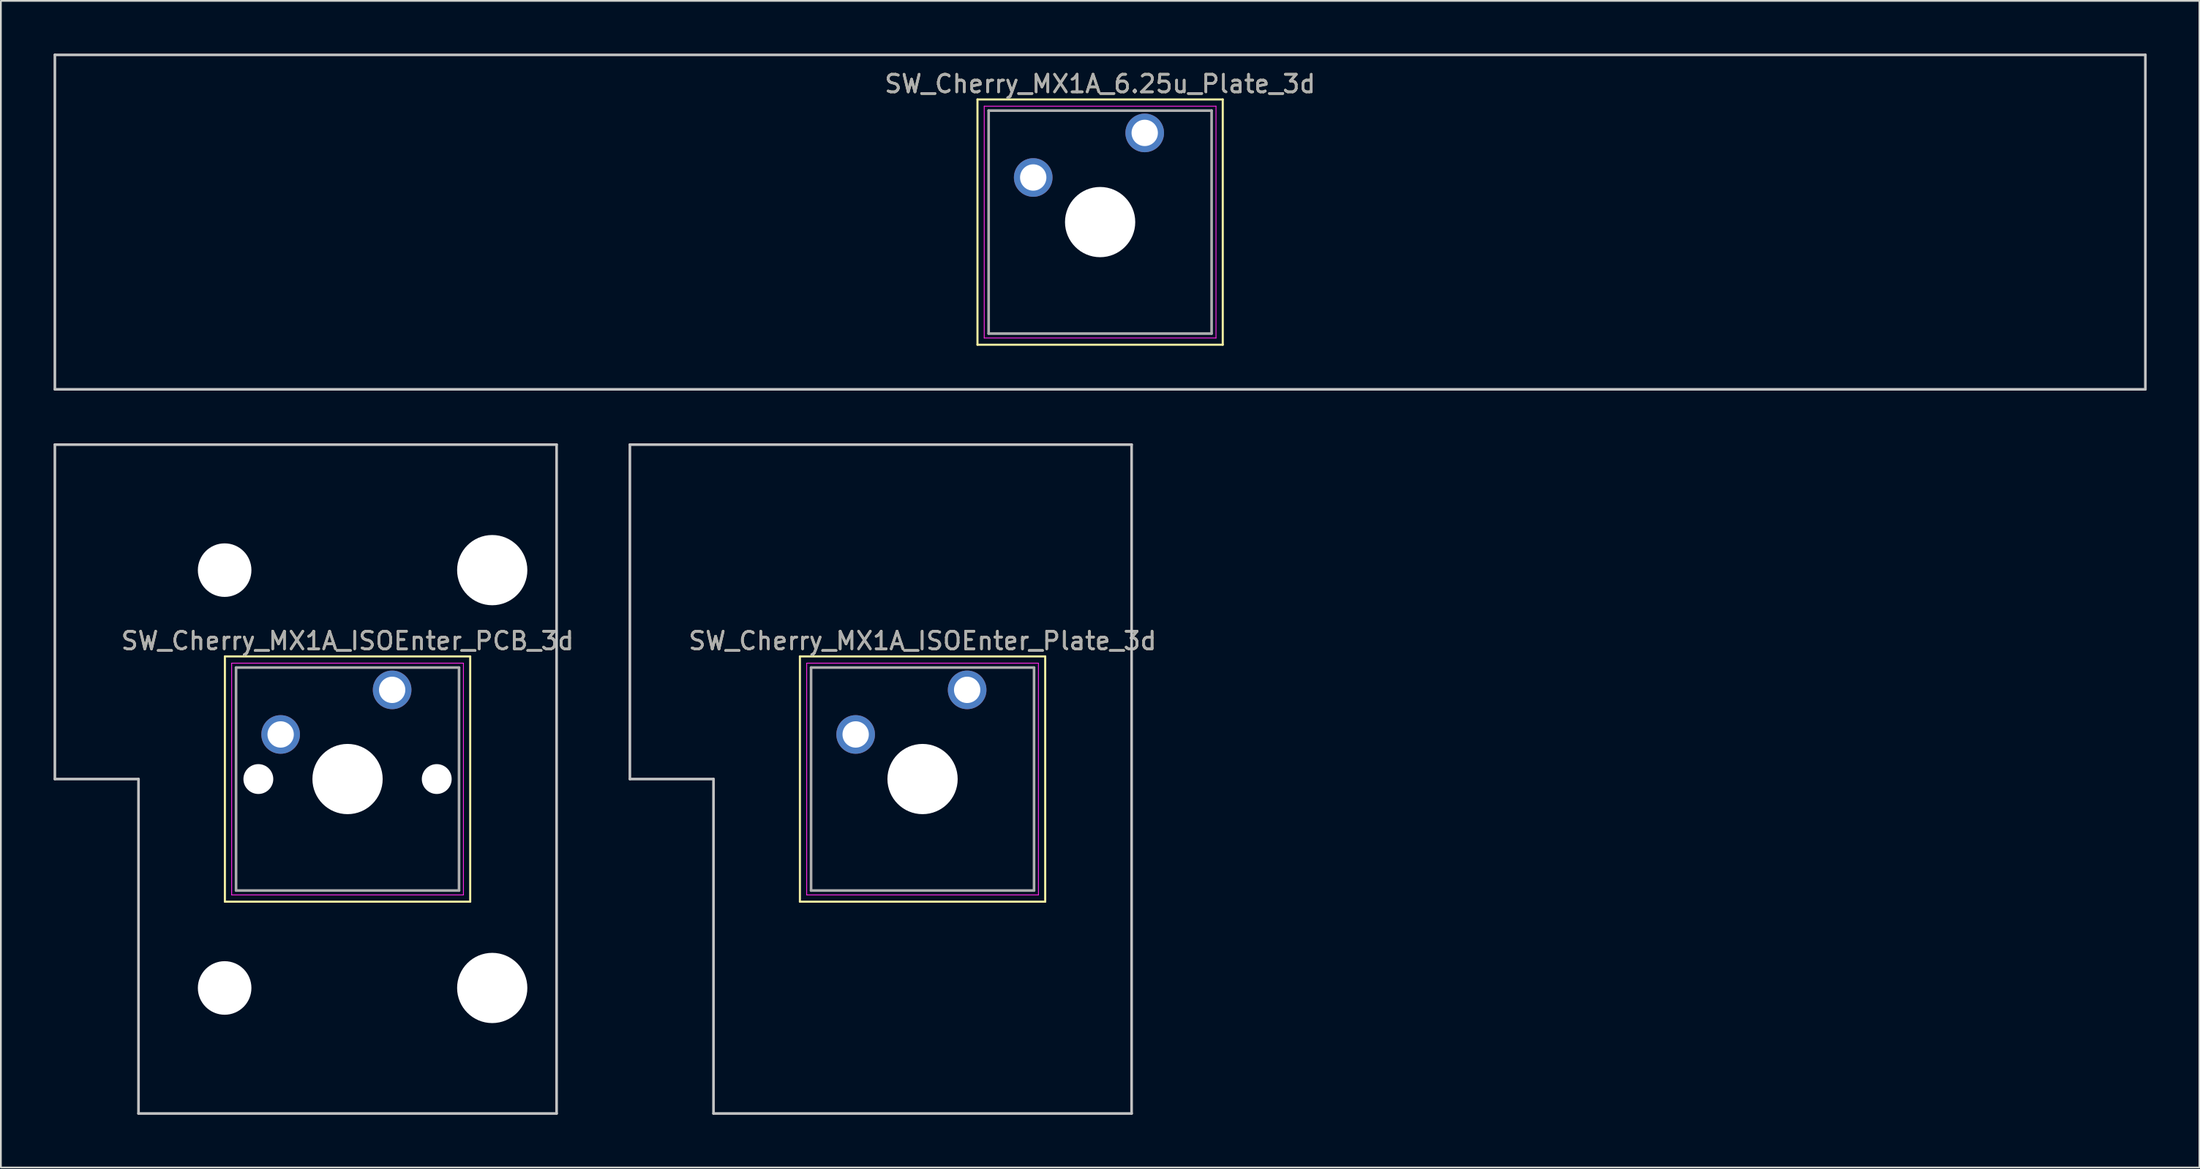
<source format=kicad_pcb>
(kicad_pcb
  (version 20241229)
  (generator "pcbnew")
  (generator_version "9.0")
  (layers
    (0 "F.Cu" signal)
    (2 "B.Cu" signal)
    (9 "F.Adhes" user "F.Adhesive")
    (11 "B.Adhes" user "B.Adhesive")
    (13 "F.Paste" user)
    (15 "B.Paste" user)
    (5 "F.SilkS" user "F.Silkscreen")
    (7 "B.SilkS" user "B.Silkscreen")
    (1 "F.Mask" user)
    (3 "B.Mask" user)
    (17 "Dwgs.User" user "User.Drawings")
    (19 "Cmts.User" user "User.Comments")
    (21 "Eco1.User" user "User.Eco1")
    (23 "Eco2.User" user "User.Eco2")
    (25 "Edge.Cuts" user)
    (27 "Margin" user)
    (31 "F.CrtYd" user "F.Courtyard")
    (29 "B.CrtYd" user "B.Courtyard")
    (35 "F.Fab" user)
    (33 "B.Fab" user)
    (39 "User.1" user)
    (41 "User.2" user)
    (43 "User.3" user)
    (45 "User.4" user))
  (footprint "SW_Cherry_MX1A_ISOEnter_PCB_3d"
    (layer "F.Cu")
    (at 19.284 36.245)
    (property "Reference" "SW_Cherry_MX1A_ISOEnter_PCB_3d" (at -2.54 -2.794 0) (layer "F.SilkS") (effects (font (size 1 1) (thickness 0.15))))
    (attr through_hole)
    (fp_line (start -9.525 -1.905) (end 4.445 -1.905) (stroke (width 0.12) (type solid)) (layer "F.SilkS"))
    (fp_line (start -9.525 12.065) (end -9.525 -1.905) (stroke (width 0.12) (type solid)) (layer "F.SilkS"))
    (fp_line (start 4.445 -1.905) (end 4.445 12.065) (stroke (width 0.12) (type solid)) (layer "F.SilkS"))
    (fp_line (start 4.445 12.065) (end -9.525 12.065) (stroke (width 0.12) (type solid)) (layer "F.SilkS"))
    (fp_line (start -19.209 -13.97) (end 9.366 -13.97) (stroke (width 0.15) (type solid)) (layer "Dwgs.User"))
    (fp_line (start -19.209 5.08) (end -19.209 -13.97) (stroke (width 0.15) (type solid)) (layer "Dwgs.User"))
    (fp_line (start -14.446 5.08) (end -19.209 5.08) (stroke (width 0.15) (type solid)) (layer "Dwgs.User"))
    (fp_line (start -14.446 24.13) (end -14.446 5.08) (stroke (width 0.15) (type solid)) (layer "Dwgs.User"))
    (fp_line (start 9.366 -13.97) (end 9.366 24.13) (stroke (width 0.15) (type solid)) (layer "Dwgs.User"))
    (fp_line (start 9.366 24.13) (end -14.446 24.13) (stroke (width 0.15) (type solid)) (layer "Dwgs.User"))
    (fp_line (start -9.14 -1.52) (end 4.06 -1.52) (stroke (width 0.05) (type solid)) (layer "F.CrtYd"))
    (fp_line (start -9.14 11.68) (end -9.14 -1.52) (stroke (width 0.05) (type solid)) (layer "F.CrtYd"))
    (fp_line (start 4.06 -1.52) (end 4.06 11.68) (stroke (width 0.05) (type solid)) (layer "F.CrtYd"))
    (fp_line (start 4.06 11.68) (end -9.14 11.68) (stroke (width 0.05) (type solid)) (layer "F.CrtYd"))
    (fp_line (start -8.89 -1.27) (end 3.81 -1.27) (stroke (width 0.15) (type solid)) (layer "F.Fab"))
    (fp_line (start -8.89 11.43) (end -8.89 -1.27) (stroke (width 0.15) (type solid)) (layer "F.Fab"))
    (fp_line (start 3.81 -1.27) (end 3.81 11.43) (stroke (width 0.15) (type solid)) (layer "F.Fab"))
    (fp_line (start 3.81 11.43) (end -8.89 11.43) (stroke (width 0.15) (type solid)) (layer "F.Fab"))
    (fp_text user "${REFERENCE}" (at -2.54 -2.794 0) (layer "F.Fab") (effects (font (size 1 1) (thickness 0.15))))
    (pad "" np_thru_hole circle (at -9.54 -6.82) (size 3.05 3.05) (drill 3.05) (layers "*.Cu" "*.Mask"))
    (pad "" np_thru_hole circle (at -9.54 16.98) (size 3.05 3.05) (drill 3.05) (layers "*.Cu" "*.Mask"))
    (pad "" np_thru_hole circle (at -7.62 5.08) (size 1.7 1.7) (drill 1.7) (layers "*.Cu" "*.Mask"))
    (pad "" np_thru_hole circle (at -2.54 5.08) (size 4 4) (drill 4) (layers "*.Cu" "*.Mask"))
    (pad "" np_thru_hole circle (at 2.54 5.08) (size 1.7 1.7) (drill 1.7) (layers "*.Cu" "*.Mask"))
    (pad "" np_thru_hole circle (at 5.7 -6.82) (size 4 4) (drill 4) (layers "*.Cu" "*.Mask"))
    (pad "" np_thru_hole circle (at 5.7 16.98) (size 4 4) (drill 4) (layers "*.Cu" "*.Mask"))
    (pad "1" thru_hole circle (at 0 0) (size 2.2 2.2) (drill 1.5) (layers "*.Cu" "*.Mask"))
    (pad "2" thru_hole circle (at -6.35 2.54) (size 2.2 2.2) (drill 1.5) (layers "*.Cu" "*.Mask")))
  (footprint "SW_Cherry_MX1A_ISOEnter_Plate_3d"
    (layer "F.Cu")
    (at 52.033 36.245)
    (property "Reference" "SW_Cherry_MX1A_ISOEnter_Plate_3d" (at -2.54 -2.794 0) (layer "F.SilkS") (effects (font (size 1 1) (thickness 0.15))))
    (attr through_hole)
    (fp_line (start -9.525 -1.905) (end 4.445 -1.905) (stroke (width 0.12) (type solid)) (layer "F.SilkS"))
    (fp_line (start -9.525 12.065) (end -9.525 -1.905) (stroke (width 0.12) (type solid)) (layer "F.SilkS"))
    (fp_line (start 4.445 -1.905) (end 4.445 12.065) (stroke (width 0.12) (type solid)) (layer "F.SilkS"))
    (fp_line (start 4.445 12.065) (end -9.525 12.065) (stroke (width 0.12) (type solid)) (layer "F.SilkS"))
    (fp_line (start -19.209 -13.97) (end 9.366 -13.97) (stroke (width 0.15) (type solid)) (layer "Dwgs.User"))
    (fp_line (start -19.209 5.08) (end -19.209 -13.97) (stroke (width 0.15) (type solid)) (layer "Dwgs.User"))
    (fp_line (start -14.446 5.08) (end -19.209 5.08) (stroke (width 0.15) (type solid)) (layer "Dwgs.User"))
    (fp_line (start -14.446 24.13) (end -14.446 5.08) (stroke (width 0.15) (type solid)) (layer "Dwgs.User"))
    (fp_line (start 9.366 -13.97) (end 9.366 24.13) (stroke (width 0.15) (type solid)) (layer "Dwgs.User"))
    (fp_line (start 9.366 24.13) (end -14.446 24.13) (stroke (width 0.15) (type solid)) (layer "Dwgs.User"))
    (fp_line (start -9.14 -1.52) (end 4.06 -1.52) (stroke (width 0.05) (type solid)) (layer "F.CrtYd"))
    (fp_line (start -9.14 11.68) (end -9.14 -1.52) (stroke (width 0.05) (type solid)) (layer "F.CrtYd"))
    (fp_line (start 4.06 -1.52) (end 4.06 11.68) (stroke (width 0.05) (type solid)) (layer "F.CrtYd"))
    (fp_line (start 4.06 11.68) (end -9.14 11.68) (stroke (width 0.05) (type solid)) (layer "F.CrtYd"))
    (fp_line (start -8.89 -1.27) (end 3.81 -1.27) (stroke (width 0.15) (type solid)) (layer "F.Fab"))
    (fp_line (start -8.89 11.43) (end -8.89 -1.27) (stroke (width 0.15) (type solid)) (layer "F.Fab"))
    (fp_line (start 3.81 -1.27) (end 3.81 11.43) (stroke (width 0.15) (type solid)) (layer "F.Fab"))
    (fp_line (start 3.81 11.43) (end -8.89 11.43) (stroke (width 0.15) (type solid)) (layer "F.Fab"))
    (fp_text user "${REFERENCE}" (at -2.54 -2.794 0) (layer "F.Fab") (effects (font (size 1 1) (thickness 0.15))))
    (pad "" np_thru_hole circle (at -2.54 5.08) (size 4 4) (drill 4) (layers "*.Cu" "*.Mask"))
    (pad "1" thru_hole circle (at 0 0) (size 2.2 2.2) (drill 1.5) (layers "*.Cu" "*.Mask"))
    (pad "2" thru_hole circle (at -6.35 2.54) (size 2.2 2.2) (drill 1.5) (layers "*.Cu" "*.Mask")))
  (footprint "SW_Cherry_MX1A_6.25u_Plate_3d"
    (layer "F.Cu")
    (at 62.146 4.52)
    (property "Reference" "SW_Cherry_MX1A_6.25u_Plate_3d" (at -2.54 -2.794 0) (layer "F.SilkS") (effects (font (size 1 1) (thickness 0.15))))
    (attr through_hole)
    (fp_line (start -9.525 -1.905) (end 4.445 -1.905) (stroke (width 0.12) (type solid)) (layer "F.SilkS"))
    (fp_line (start -9.525 12.065) (end -9.525 -1.905) (stroke (width 0.12) (type solid)) (layer "F.SilkS"))
    (fp_line (start 4.445 -1.905) (end 4.445 12.065) (stroke (width 0.12) (type solid)) (layer "F.SilkS"))
    (fp_line (start 4.445 12.065) (end -9.525 12.065) (stroke (width 0.12) (type solid)) (layer "F.SilkS"))
    (fp_line (start -62.071 -4.445) (end 56.991 -4.445) (stroke (width 0.15) (type solid)) (layer "Dwgs.User"))
    (fp_line (start -62.071 14.605) (end -62.071 -4.445) (stroke (width 0.15) (type solid)) (layer "Dwgs.User"))
    (fp_line (start 56.991 -4.445) (end 56.991 14.605) (stroke (width 0.15) (type solid)) (layer "Dwgs.User"))
    (fp_line (start 56.991 14.605) (end -62.071 14.605) (stroke (width 0.15) (type solid)) (layer "Dwgs.User"))
    (fp_line (start -9.14 -1.52) (end 4.06 -1.52) (stroke (width 0.05) (type solid)) (layer "F.CrtYd"))
    (fp_line (start -9.14 11.68) (end -9.14 -1.52) (stroke (width 0.05) (type solid)) (layer "F.CrtYd"))
    (fp_line (start 4.06 -1.52) (end 4.06 11.68) (stroke (width 0.05) (type solid)) (layer "F.CrtYd"))
    (fp_line (start 4.06 11.68) (end -9.14 11.68) (stroke (width 0.05) (type solid)) (layer "F.CrtYd"))
    (fp_line (start -8.89 -1.27) (end 3.81 -1.27) (stroke (width 0.15) (type solid)) (layer "F.Fab"))
    (fp_line (start -8.89 11.43) (end -8.89 -1.27) (stroke (width 0.15) (type solid)) (layer "F.Fab"))
    (fp_line (start 3.81 -1.27) (end 3.81 11.43) (stroke (width 0.15) (type solid)) (layer "F.Fab"))
    (fp_line (start 3.81 11.43) (end -8.89 11.43) (stroke (width 0.15) (type solid)) (layer "F.Fab"))
    (fp_text user "${REFERENCE}" (at -2.54 -2.794 0) (layer "F.Fab") (effects (font (size 1 1) (thickness 0.15))))
    (pad "" np_thru_hole circle (at -2.54 5.08) (size 4 4) (drill 4) (layers "*.Cu" "*.Mask"))
    (pad "1" thru_hole circle (at 0 0) (size 2.2 2.2) (drill 1.5) (layers "*.Cu" "*.Mask"))
    (pad "2" thru_hole circle (at -6.35 2.54) (size 2.2 2.2) (drill 1.5) (layers "*.Cu" "*.Mask")))
  (gr_rect
    (start -3 -3)
    (end 122.213 63.45)
    (stroke (width 0.1) (type default))
    (fill no)
    (layer "Edge.Cuts")))
</source>
